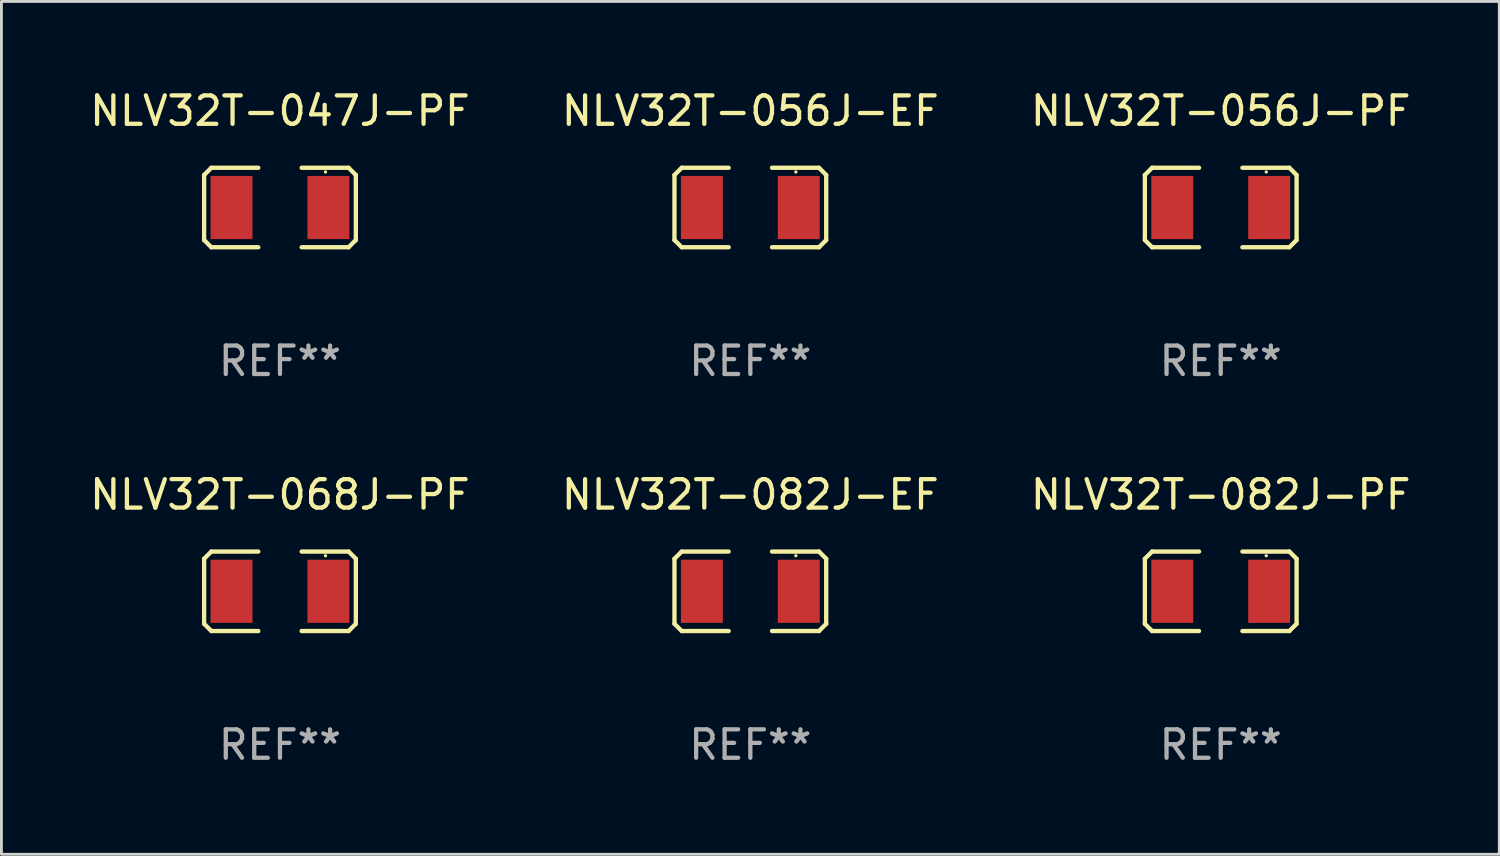
<source format=kicad_pcb>
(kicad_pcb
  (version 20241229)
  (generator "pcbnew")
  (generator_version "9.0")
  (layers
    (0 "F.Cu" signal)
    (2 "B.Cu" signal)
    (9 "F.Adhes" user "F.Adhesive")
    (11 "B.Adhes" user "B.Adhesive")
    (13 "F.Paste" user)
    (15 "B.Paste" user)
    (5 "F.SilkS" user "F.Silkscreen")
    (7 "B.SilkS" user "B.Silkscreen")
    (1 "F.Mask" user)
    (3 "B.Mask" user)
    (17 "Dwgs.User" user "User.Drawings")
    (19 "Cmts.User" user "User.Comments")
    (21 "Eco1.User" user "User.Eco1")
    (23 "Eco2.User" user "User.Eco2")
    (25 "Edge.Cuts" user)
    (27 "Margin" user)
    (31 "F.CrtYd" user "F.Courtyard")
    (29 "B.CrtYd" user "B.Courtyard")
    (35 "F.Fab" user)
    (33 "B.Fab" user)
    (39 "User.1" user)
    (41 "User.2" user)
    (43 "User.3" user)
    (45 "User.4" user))
  (footprint "NLV32T-082J-EF"
    (layer "F.Cu")
    (at 23.327 17.736)
    (property "Reference" "NLV32T-082J-EF" (at 0 -3.397 0) (layer "F.SilkS") (effects (font (size 1 1) (thickness 0.15))))
    (attr through_hole)
    (fp_line (start -2.667 -1.143) (end -2.413 -1.397) (stroke (width 0.152) (type solid)) (layer "F.SilkS"))
    (fp_line (start -2.667 1.143) (end -2.667 -1.143) (stroke (width 0.152) (type solid)) (layer "F.SilkS"))
    (fp_line (start -2.413 -1.397) (end -0.762 -1.397) (stroke (width 0.152) (type solid)) (layer "F.SilkS"))
    (fp_line (start -2.413 1.397) (end -2.667 1.143) (stroke (width 0.152) (type solid)) (layer "F.SilkS"))
    (fp_line (start -0.762 1.397) (end -2.413 1.397) (stroke (width 0.152) (type solid)) (layer "F.SilkS"))
    (fp_line (start 0.762 -1.397) (end 2.413 -1.397) (stroke (width 0.152) (type solid)) (layer "F.SilkS"))
    (fp_line (start 2.413 -1.397) (end 2.667 -1.143) (stroke (width 0.152) (type solid)) (layer "F.SilkS"))
    (fp_line (start 2.413 1.397) (end 0.762 1.397) (stroke (width 0.152) (type solid)) (layer "F.SilkS"))
    (fp_line (start 2.667 -1.143) (end 2.667 1.143) (stroke (width 0.152) (type solid)) (layer "F.SilkS"))
    (fp_line (start 2.667 1.143) (end 2.413 1.397) (stroke (width 0.152) (type solid)) (layer "F.SilkS"))
    (fp_circle (center 1.6 -1.25) (end 1.63 -1.25) (stroke (width 0.06) (type solid)) (fill no) (layer "F.SilkS"))
    (fp_text user "REF**" (at 0 5.397 0) (layer "F.Fab") (effects (font (size 1 1) (thickness 0.15))))
    (pad "1" smd rect (at 1.703 0) (size 1.474 2.22) (layers "F.Cu" "F.Mask" "F.Paste"))
    (pad "2" smd rect (at -1.703 0) (size 1.474 2.22) (layers "F.Cu" "F.Mask" "F.Paste")))
  (footprint "NLV32T-056J-PF"
    (layer "F.Cu")
    (at 39.863 4.245)
    (property "Reference" "NLV32T-056J-PF" (at 0 -3.397 0) (layer "F.SilkS") (effects (font (size 1 1) (thickness 0.15))))
    (attr through_hole)
    (fp_line (start -2.667 -1.143) (end -2.413 -1.397) (stroke (width 0.152) (type solid)) (layer "F.SilkS"))
    (fp_line (start -2.667 1.143) (end -2.667 -1.143) (stroke (width 0.152) (type solid)) (layer "F.SilkS"))
    (fp_line (start -2.413 -1.397) (end -0.762 -1.397) (stroke (width 0.152) (type solid)) (layer "F.SilkS"))
    (fp_line (start -2.413 1.397) (end -2.667 1.143) (stroke (width 0.152) (type solid)) (layer "F.SilkS"))
    (fp_line (start -0.762 1.397) (end -2.413 1.397) (stroke (width 0.152) (type solid)) (layer "F.SilkS"))
    (fp_line (start 0.762 -1.397) (end 2.413 -1.397) (stroke (width 0.152) (type solid)) (layer "F.SilkS"))
    (fp_line (start 2.413 -1.397) (end 2.667 -1.143) (stroke (width 0.152) (type solid)) (layer "F.SilkS"))
    (fp_line (start 2.413 1.397) (end 0.762 1.397) (stroke (width 0.152) (type solid)) (layer "F.SilkS"))
    (fp_line (start 2.667 -1.143) (end 2.667 1.143) (stroke (width 0.152) (type solid)) (layer "F.SilkS"))
    (fp_line (start 2.667 1.143) (end 2.413 1.397) (stroke (width 0.152) (type solid)) (layer "F.SilkS"))
    (fp_circle (center 1.6 -1.25) (end 1.63 -1.25) (stroke (width 0.06) (type solid)) (fill no) (layer "F.SilkS"))
    (fp_text user "REF**" (at 0 5.397 0) (layer "F.Fab") (effects (font (size 1 1) (thickness 0.15))))
    (pad "1" smd rect (at 1.703 0) (size 1.474 2.22) (layers "F.Cu" "F.Mask" "F.Paste"))
    (pad "2" smd rect (at -1.703 0) (size 1.474 2.22) (layers "F.Cu" "F.Mask" "F.Paste")))
  (footprint "NLV32T-047J-PF"
    (layer "F.Cu")
    (at 6.792 4.245)
    (property "Reference" "NLV32T-047J-PF" (at 0 -3.397 0) (layer "F.SilkS") (effects (font (size 1 1) (thickness 0.15))))
    (attr through_hole)
    (fp_line (start -2.667 -1.143) (end -2.413 -1.397) (stroke (width 0.152) (type solid)) (layer "F.SilkS"))
    (fp_line (start -2.667 1.143) (end -2.667 -1.143) (stroke (width 0.152) (type solid)) (layer "F.SilkS"))
    (fp_line (start -2.413 -1.397) (end -0.762 -1.397) (stroke (width 0.152) (type solid)) (layer "F.SilkS"))
    (fp_line (start -2.413 1.397) (end -2.667 1.143) (stroke (width 0.152) (type solid)) (layer "F.SilkS"))
    (fp_line (start -0.762 1.397) (end -2.413 1.397) (stroke (width 0.152) (type solid)) (layer "F.SilkS"))
    (fp_line (start 0.762 -1.397) (end 2.413 -1.397) (stroke (width 0.152) (type solid)) (layer "F.SilkS"))
    (fp_line (start 2.413 -1.397) (end 2.667 -1.143) (stroke (width 0.152) (type solid)) (layer "F.SilkS"))
    (fp_line (start 2.413 1.397) (end 0.762 1.397) (stroke (width 0.152) (type solid)) (layer "F.SilkS"))
    (fp_line (start 2.667 -1.143) (end 2.667 1.143) (stroke (width 0.152) (type solid)) (layer "F.SilkS"))
    (fp_line (start 2.667 1.143) (end 2.413 1.397) (stroke (width 0.152) (type solid)) (layer "F.SilkS"))
    (fp_circle (center 1.6 -1.25) (end 1.63 -1.25) (stroke (width 0.06) (type solid)) (fill no) (layer "F.SilkS"))
    (fp_text user "REF**" (at 0 5.397 0) (layer "F.Fab") (effects (font (size 1 1) (thickness 0.15))))
    (pad "1" smd rect (at 1.703 0) (size 1.474 2.22) (layers "F.Cu" "F.Mask" "F.Paste"))
    (pad "2" smd rect (at -1.703 0) (size 1.474 2.22) (layers "F.Cu" "F.Mask" "F.Paste")))
  (footprint "NLV32T-068J-PF"
    (layer "F.Cu")
    (at 6.792 17.736)
    (property "Reference" "NLV32T-068J-PF" (at 0 -3.397 0) (layer "F.SilkS") (effects (font (size 1 1) (thickness 0.15))))
    (attr through_hole)
    (fp_line (start -2.667 -1.143) (end -2.413 -1.397) (stroke (width 0.152) (type solid)) (layer "F.SilkS"))
    (fp_line (start -2.667 1.143) (end -2.667 -1.143) (stroke (width 0.152) (type solid)) (layer "F.SilkS"))
    (fp_line (start -2.413 -1.397) (end -0.762 -1.397) (stroke (width 0.152) (type solid)) (layer "F.SilkS"))
    (fp_line (start -2.413 1.397) (end -2.667 1.143) (stroke (width 0.152) (type solid)) (layer "F.SilkS"))
    (fp_line (start -0.762 1.397) (end -2.413 1.397) (stroke (width 0.152) (type solid)) (layer "F.SilkS"))
    (fp_line (start 0.762 -1.397) (end 2.413 -1.397) (stroke (width 0.152) (type solid)) (layer "F.SilkS"))
    (fp_line (start 2.413 -1.397) (end 2.667 -1.143) (stroke (width 0.152) (type solid)) (layer "F.SilkS"))
    (fp_line (start 2.413 1.397) (end 0.762 1.397) (stroke (width 0.152) (type solid)) (layer "F.SilkS"))
    (fp_line (start 2.667 -1.143) (end 2.667 1.143) (stroke (width 0.152) (type solid)) (layer "F.SilkS"))
    (fp_line (start 2.667 1.143) (end 2.413 1.397) (stroke (width 0.152) (type solid)) (layer "F.SilkS"))
    (fp_circle (center 1.6 -1.25) (end 1.63 -1.25) (stroke (width 0.06) (type solid)) (fill no) (layer "F.SilkS"))
    (fp_text user "REF**" (at 0 5.397 0) (layer "F.Fab") (effects (font (size 1 1) (thickness 0.15))))
    (pad "1" smd rect (at 1.703 0) (size 1.474 2.22) (layers "F.Cu" "F.Mask" "F.Paste"))
    (pad "2" smd rect (at -1.703 0) (size 1.474 2.22) (layers "F.Cu" "F.Mask" "F.Paste")))
  (footprint "NLV32T-056J-EF"
    (layer "F.Cu")
    (at 23.327 4.245)
    (property "Reference" "NLV32T-056J-EF" (at 0 -3.397 0) (layer "F.SilkS") (effects (font (size 1 1) (thickness 0.15))))
    (attr through_hole)
    (fp_line (start -2.667 -1.143) (end -2.413 -1.397) (stroke (width 0.152) (type solid)) (layer "F.SilkS"))
    (fp_line (start -2.667 1.143) (end -2.667 -1.143) (stroke (width 0.152) (type solid)) (layer "F.SilkS"))
    (fp_line (start -2.413 -1.397) (end -0.762 -1.397) (stroke (width 0.152) (type solid)) (layer "F.SilkS"))
    (fp_line (start -2.413 1.397) (end -2.667 1.143) (stroke (width 0.152) (type solid)) (layer "F.SilkS"))
    (fp_line (start -0.762 1.397) (end -2.413 1.397) (stroke (width 0.152) (type solid)) (layer "F.SilkS"))
    (fp_line (start 0.762 -1.397) (end 2.413 -1.397) (stroke (width 0.152) (type solid)) (layer "F.SilkS"))
    (fp_line (start 2.413 -1.397) (end 2.667 -1.143) (stroke (width 0.152) (type solid)) (layer "F.SilkS"))
    (fp_line (start 2.413 1.397) (end 0.762 1.397) (stroke (width 0.152) (type solid)) (layer "F.SilkS"))
    (fp_line (start 2.667 -1.143) (end 2.667 1.143) (stroke (width 0.152) (type solid)) (layer "F.SilkS"))
    (fp_line (start 2.667 1.143) (end 2.413 1.397) (stroke (width 0.152) (type solid)) (layer "F.SilkS"))
    (fp_circle (center 1.6 -1.25) (end 1.63 -1.25) (stroke (width 0.06) (type solid)) (fill no) (layer "F.SilkS"))
    (fp_text user "REF**" (at 0 5.397 0) (layer "F.Fab") (effects (font (size 1 1) (thickness 0.15))))
    (pad "1" smd rect (at 1.703 0) (size 1.474 2.22) (layers "F.Cu" "F.Mask" "F.Paste"))
    (pad "2" smd rect (at -1.703 0) (size 1.474 2.22) (layers "F.Cu" "F.Mask" "F.Paste")))
  (footprint "NLV32T-082J-PF"
    (layer "F.Cu")
    (at 39.863 17.736)
    (property "Reference" "NLV32T-082J-PF" (at 0 -3.397 0) (layer "F.SilkS") (effects (font (size 1 1) (thickness 0.15))))
    (attr through_hole)
    (fp_line (start -2.667 -1.143) (end -2.413 -1.397) (stroke (width 0.152) (type solid)) (layer "F.SilkS"))
    (fp_line (start -2.667 1.143) (end -2.667 -1.143) (stroke (width 0.152) (type solid)) (layer "F.SilkS"))
    (fp_line (start -2.413 -1.397) (end -0.762 -1.397) (stroke (width 0.152) (type solid)) (layer "F.SilkS"))
    (fp_line (start -2.413 1.397) (end -2.667 1.143) (stroke (width 0.152) (type solid)) (layer "F.SilkS"))
    (fp_line (start -0.762 1.397) (end -2.413 1.397) (stroke (width 0.152) (type solid)) (layer "F.SilkS"))
    (fp_line (start 0.762 -1.397) (end 2.413 -1.397) (stroke (width 0.152) (type solid)) (layer "F.SilkS"))
    (fp_line (start 2.413 -1.397) (end 2.667 -1.143) (stroke (width 0.152) (type solid)) (layer "F.SilkS"))
    (fp_line (start 2.413 1.397) (end 0.762 1.397) (stroke (width 0.152) (type solid)) (layer "F.SilkS"))
    (fp_line (start 2.667 -1.143) (end 2.667 1.143) (stroke (width 0.152) (type solid)) (layer "F.SilkS"))
    (fp_line (start 2.667 1.143) (end 2.413 1.397) (stroke (width 0.152) (type solid)) (layer "F.SilkS"))
    (fp_circle (center 1.6 -1.25) (end 1.63 -1.25) (stroke (width 0.06) (type solid)) (fill no) (layer "F.SilkS"))
    (fp_text user "REF**" (at 0 5.397 0) (layer "F.Fab") (effects (font (size 1 1) (thickness 0.15))))
    (pad "1" smd rect (at 1.703 0) (size 1.474 2.22) (layers "F.Cu" "F.Mask" "F.Paste"))
    (pad "2" smd rect (at -1.703 0) (size 1.474 2.22) (layers "F.Cu" "F.Mask" "F.Paste")))
  (gr_rect
    (start -3 -3)
    (end 49.655 26.981)
    (stroke (width 0.1) (type default))
    (fill no)
    (layer "Edge.Cuts")))
</source>
